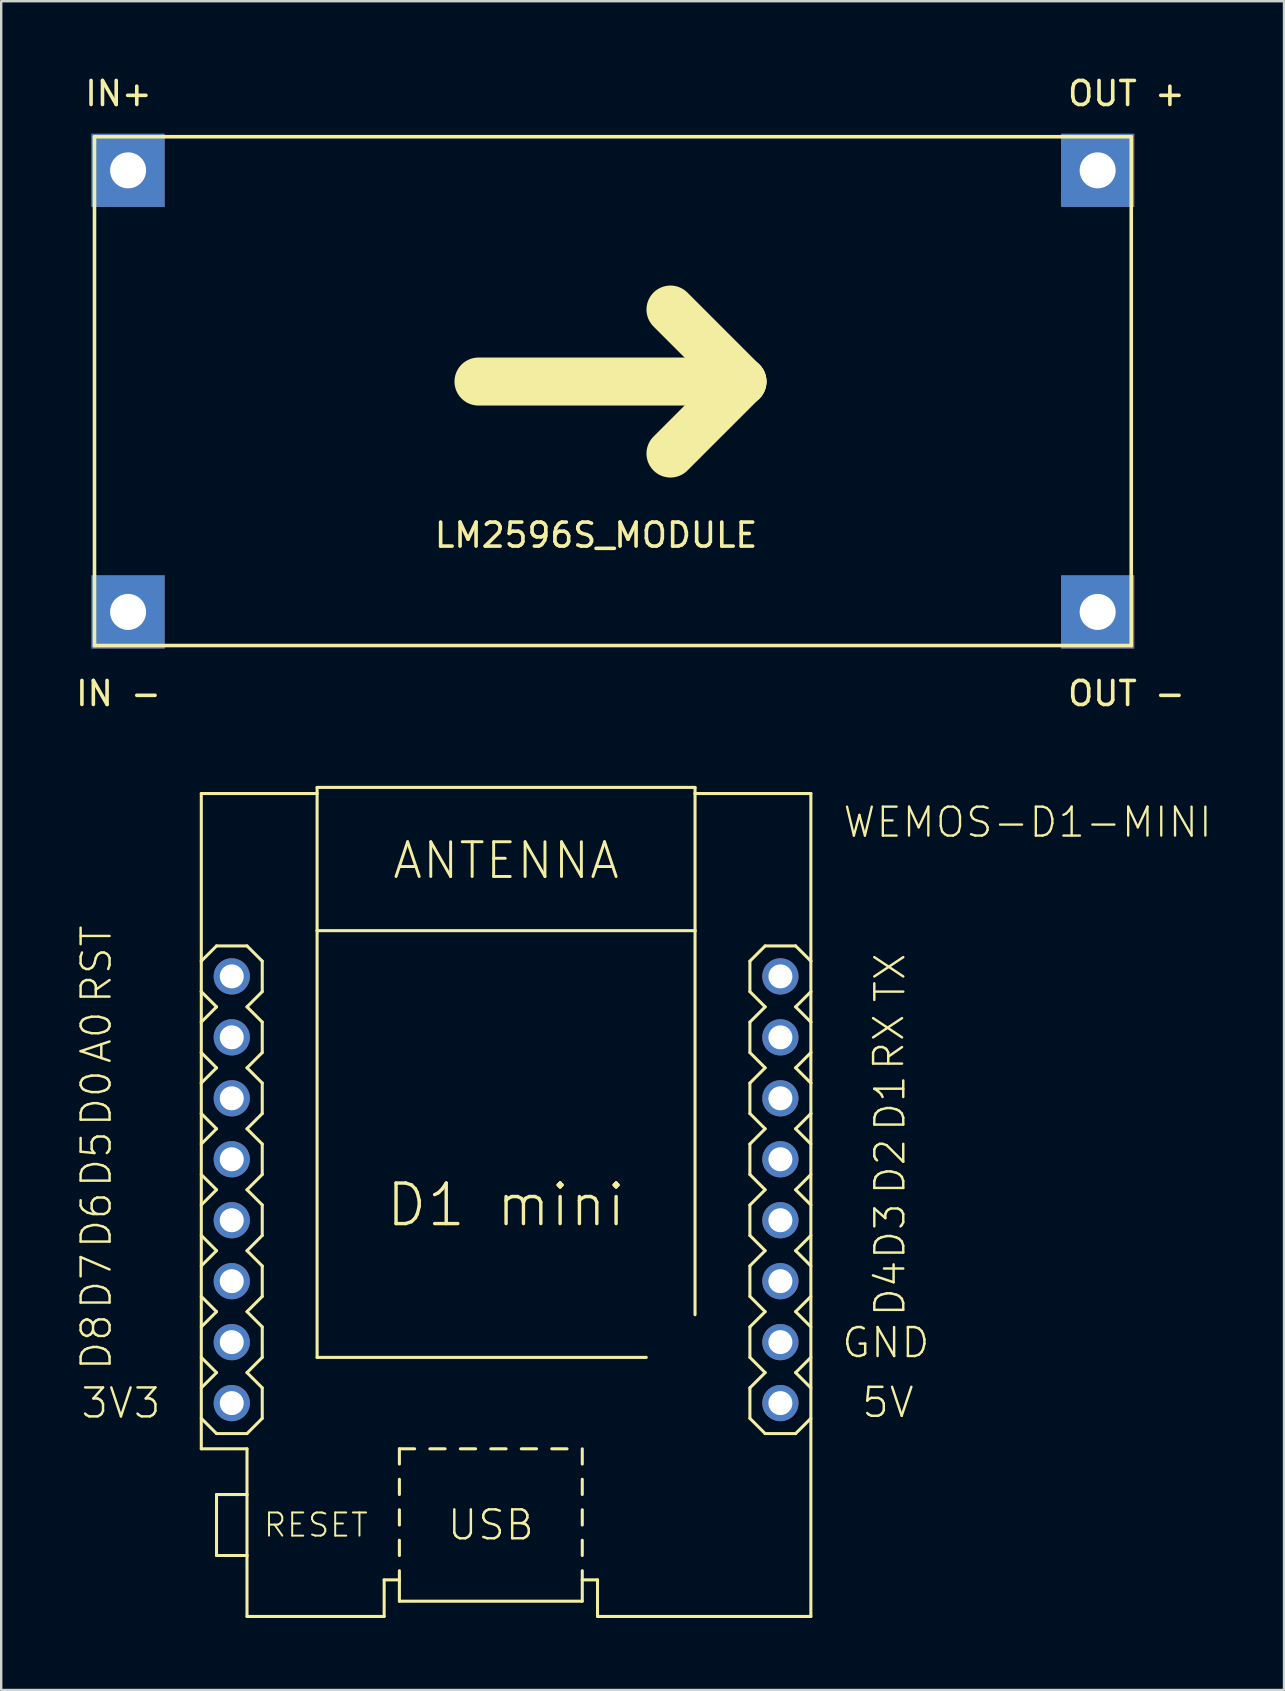
<source format=kicad_pcb>
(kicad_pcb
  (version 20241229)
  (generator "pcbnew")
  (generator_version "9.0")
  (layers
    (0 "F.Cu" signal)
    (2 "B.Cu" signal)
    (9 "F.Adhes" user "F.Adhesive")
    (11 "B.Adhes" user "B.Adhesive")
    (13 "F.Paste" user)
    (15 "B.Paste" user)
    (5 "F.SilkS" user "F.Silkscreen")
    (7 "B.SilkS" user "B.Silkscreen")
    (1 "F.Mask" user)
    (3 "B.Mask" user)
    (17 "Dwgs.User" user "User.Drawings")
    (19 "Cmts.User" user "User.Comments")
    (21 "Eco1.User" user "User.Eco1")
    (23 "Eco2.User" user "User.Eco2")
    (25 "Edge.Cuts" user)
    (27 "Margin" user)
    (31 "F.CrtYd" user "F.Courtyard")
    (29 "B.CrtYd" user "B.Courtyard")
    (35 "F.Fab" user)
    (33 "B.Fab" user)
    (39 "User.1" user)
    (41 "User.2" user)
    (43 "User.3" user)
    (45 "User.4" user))
  (footprint "LM2596S_MODULE"
    (layer "F.Cu")
    (at 0.887 23.848)
    (property "Reference" "LM2596S_MODULE" (at 20.9 -4.6 0) (layer "F.SilkS") (effects (font (size 1 1) (thickness 0.15))))
    (attr through_hole)
    (fp_line (start 0 -21.2) (end 0 0) (stroke (width 0.15) (type solid)) (layer "F.SilkS"))
    (fp_line (start 0 0) (end 43.2 0) (stroke (width 0.15) (type solid)) (layer "F.SilkS"))
    (fp_line (start 16 -11) (end 27 -11) (stroke (width 2) (type solid)) (layer "F.SilkS"))
    (fp_line (start 27 -11) (end 24 -14) (stroke (width 2) (type solid)) (layer "F.SilkS"))
    (fp_line (start 27 -11) (end 24 -8) (stroke (width 2) (type solid)) (layer "F.SilkS"))
    (fp_line (start 43.2 -21.2) (end 0 -21.2) (stroke (width 0.15) (type solid)) (layer "F.SilkS"))
    (fp_line (start 43.2 0) (end 43.2 -21.2) (stroke (width 0.15) (type solid)) (layer "F.SilkS"))
    (fp_text user "IN+" (at 1 -23 0) (layer "F.SilkS") (effects (font (size 1 1) (thickness 0.15))))
    (fp_text user "IN -" (at 1 2 0) (layer "F.SilkS") (effects (font (size 1 1) (thickness 0.15))))
    (fp_text user "OUT +" (at 43 -23 0) (layer "F.SilkS") (effects (font (size 1 1) (thickness 0.15))))
    (fp_text user "OUT -" (at 43 2 0) (layer "F.SilkS") (effects (font (size 1 1) (thickness 0.15))))
    (pad "1" thru_hole rect (at 1.4 -1.4) (size 3.048 3.048) (drill 1.5) (layers "*.Cu" "*.Mask"))
    (pad "2" thru_hole rect (at 1.4 -19.8) (size 3.048 3.048) (drill 1.5) (layers "*.Cu" "*.Mask"))
    (pad "3" thru_hole rect (at 41.8 -19.8) (size 3.048 3.048) (drill 1.5) (layers "*.Cu" "*.Mask"))
    (pad "4" thru_hole rect (at 41.8 -1.4) (size 3.048 3.048) (drill 1.5) (layers "*.Cu" "*.Mask")))
  (footprint "WEMOS-D1-MINI"
    (layer "F.Cu")
    (at 18.037 47.159)
    (property "Reference" "WEMOS-D1-MINI" (at 13.97 -15.24 180) (layer "F.SilkS") (effects (font (size 1.206 1.206) (thickness 0.097)) (justify left bottom)))
    (attr through_hole)
    (fp_line (start -12.7 -17.145) (end -7.874 -17.145) (stroke (width 0.127) (type solid)) (layer "F.SilkS"))
    (fp_line (start -12.7 -10.16) (end -12.7 -17.145) (stroke (width 0.127) (type solid)) (layer "F.SilkS"))
    (fp_line (start -12.7 -10.16) (end -12.065 -10.795) (stroke (width 0.127) (type solid)) (layer "F.SilkS"))
    (fp_line (start -12.7 -8.89) (end -12.7 -10.16) (stroke (width 0.127) (type solid)) (layer "F.SilkS"))
    (fp_line (start -12.7 -7.62) (end -12.7 -8.89) (stroke (width 0.127) (type solid)) (layer "F.SilkS"))
    (fp_line (start -12.7 -7.62) (end -12.065 -8.255) (stroke (width 0.127) (type solid)) (layer "F.SilkS"))
    (fp_line (start -12.7 -6.35) (end -12.7 -7.62) (stroke (width 0.127) (type solid)) (layer "F.SilkS"))
    (fp_line (start -12.7 -5.08) (end -12.7 -6.35) (stroke (width 0.127) (type solid)) (layer "F.SilkS"))
    (fp_line (start -12.7 -5.08) (end -12.065 -5.715) (stroke (width 0.127) (type solid)) (layer "F.SilkS"))
    (fp_line (start -12.7 -3.81) (end -12.7 -5.08) (stroke (width 0.127) (type solid)) (layer "F.SilkS"))
    (fp_line (start -12.7 -3.81) (end -12.7 10.16) (stroke (width 0.127) (type solid)) (layer "F.SilkS"))
    (fp_line (start -12.7 -2.54) (end -12.065 -3.175) (stroke (width 0.127) (type solid)) (layer "F.SilkS"))
    (fp_line (start -12.7 -1.27) (end -12.065 -0.635) (stroke (width 0.127) (type solid)) (layer "F.SilkS"))
    (fp_line (start -12.7 1.27) (end -12.065 1.905) (stroke (width 0.127) (type solid)) (layer "F.SilkS"))
    (fp_line (start -12.7 3.81) (end -12.065 4.445) (stroke (width 0.127) (type solid)) (layer "F.SilkS"))
    (fp_line (start -12.7 6.35) (end -12.065 6.985) (stroke (width 0.127) (type solid)) (layer "F.SilkS"))
    (fp_line (start -12.7 8.89) (end -12.065 9.525) (stroke (width 0.127) (type solid)) (layer "F.SilkS"))
    (fp_line (start -12.7 10.16) (end -10.795 10.16) (stroke (width 0.127) (type solid)) (layer "F.SilkS"))
    (fp_line (start -12.065 -10.795) (end -10.795 -10.795) (stroke (width 0.127) (type solid)) (layer "F.SilkS"))
    (fp_line (start -12.065 -8.255) (end -12.7 -8.89) (stroke (width 0.127) (type solid)) (layer "F.SilkS"))
    (fp_line (start -12.065 -5.715) (end -12.7 -6.35) (stroke (width 0.127) (type solid)) (layer "F.SilkS"))
    (fp_line (start -12.065 -3.175) (end -12.7 -3.81) (stroke (width 0.127) (type solid)) (layer "F.SilkS"))
    (fp_line (start -12.065 -0.635) (end -12.7 0) (stroke (width 0.127) (type solid)) (layer "F.SilkS"))
    (fp_line (start -12.065 1.905) (end -12.7 2.54) (stroke (width 0.127) (type solid)) (layer "F.SilkS"))
    (fp_line (start -12.065 4.445) (end -12.7 5.08) (stroke (width 0.127) (type solid)) (layer "F.SilkS"))
    (fp_line (start -12.065 6.985) (end -12.7 7.62) (stroke (width 0.127) (type solid)) (layer "F.SilkS"))
    (fp_line (start -12.065 9.525) (end -10.795 9.525) (stroke (width 0.127) (type solid)) (layer "F.SilkS"))
    (fp_line (start -12.065 12.065) (end -12.065 14.605) (stroke (width 0.127) (type solid)) (layer "F.SilkS"))
    (fp_line (start -12.065 14.605) (end -10.795 14.605) (stroke (width 0.127) (type solid)) (layer "F.SilkS"))
    (fp_line (start -10.795 -10.795) (end -10.16 -10.16) (stroke (width 0.127) (type solid)) (layer "F.SilkS"))
    (fp_line (start -10.795 -8.255) (end -10.16 -7.62) (stroke (width 0.127) (type solid)) (layer "F.SilkS"))
    (fp_line (start -10.795 -5.715) (end -10.16 -5.08) (stroke (width 0.127) (type solid)) (layer "F.SilkS"))
    (fp_line (start -10.795 -3.175) (end -10.16 -2.54) (stroke (width 0.127) (type solid)) (layer "F.SilkS"))
    (fp_line (start -10.795 -0.635) (end -10.16 0) (stroke (width 0.127) (type solid)) (layer "F.SilkS"))
    (fp_line (start -10.795 1.905) (end -10.16 2.54) (stroke (width 0.127) (type solid)) (layer "F.SilkS"))
    (fp_line (start -10.795 4.445) (end -10.16 5.08) (stroke (width 0.127) (type solid)) (layer "F.SilkS"))
    (fp_line (start -10.795 9.525) (end -10.16 8.89) (stroke (width 0.127) (type solid)) (layer "F.SilkS"))
    (fp_line (start -10.795 10.16) (end -10.795 12.065) (stroke (width 0.127) (type solid)) (layer "F.SilkS"))
    (fp_line (start -10.795 12.065) (end -12.065 12.065) (stroke (width 0.127) (type solid)) (layer "F.SilkS"))
    (fp_line (start -10.795 12.065) (end -10.795 14.605) (stroke (width 0.127) (type solid)) (layer "F.SilkS"))
    (fp_line (start -10.795 14.605) (end -10.795 17.145) (stroke (width 0.127) (type solid)) (layer "F.SilkS"))
    (fp_line (start -10.795 17.145) (end -5.08 17.145) (stroke (width 0.127) (type solid)) (layer "F.SilkS"))
    (fp_line (start -10.16 -10.16) (end -10.16 -8.89) (stroke (width 0.127) (type solid)) (layer "F.SilkS"))
    (fp_line (start -10.16 -8.89) (end -10.795 -8.255) (stroke (width 0.127) (type solid)) (layer "F.SilkS"))
    (fp_line (start -10.16 -7.62) (end -10.16 -6.35) (stroke (width 0.127) (type solid)) (layer "F.SilkS"))
    (fp_line (start -10.16 -6.35) (end -10.795 -5.715) (stroke (width 0.127) (type solid)) (layer "F.SilkS"))
    (fp_line (start -10.16 -5.08) (end -10.16 -3.81) (stroke (width 0.127) (type solid)) (layer "F.SilkS"))
    (fp_line (start -10.16 -3.81) (end -10.795 -3.175) (stroke (width 0.127) (type solid)) (layer "F.SilkS"))
    (fp_line (start -10.16 -2.54) (end -10.16 -1.27) (stroke (width 0.127) (type solid)) (layer "F.SilkS"))
    (fp_line (start -10.16 -1.27) (end -10.795 -0.635) (stroke (width 0.127) (type solid)) (layer "F.SilkS"))
    (fp_line (start -10.16 0) (end -10.16 1.27) (stroke (width 0.127) (type solid)) (layer "F.SilkS"))
    (fp_line (start -10.16 1.27) (end -10.795 1.905) (stroke (width 0.127) (type solid)) (layer "F.SilkS"))
    (fp_line (start -10.16 2.54) (end -10.16 3.81) (stroke (width 0.127) (type solid)) (layer "F.SilkS"))
    (fp_line (start -10.16 3.81) (end -10.795 4.445) (stroke (width 0.127) (type solid)) (layer "F.SilkS"))
    (fp_line (start -10.16 5.08) (end -10.16 6.35) (stroke (width 0.127) (type solid)) (layer "F.SilkS"))
    (fp_line (start -10.16 6.35) (end -10.795 6.985) (stroke (width 0.127) (type solid)) (layer "F.SilkS"))
    (fp_line (start -10.16 7.62) (end -10.795 6.985) (stroke (width 0.127) (type solid)) (layer "F.SilkS"))
    (fp_line (start -10.16 8.89) (end -10.16 7.62) (stroke (width 0.127) (type solid)) (layer "F.SilkS"))
    (fp_line (start -7.874 -17.399) (end -7.874 -17.145) (stroke (width 0.127) (type solid)) (layer "F.SilkS"))
    (fp_line (start -7.874 -17.399) (end 7.874 -17.399) (stroke (width 0.127) (type solid)) (layer "F.SilkS"))
    (fp_line (start -7.874 -17.145) (end -7.874 -11.43) (stroke (width 0.127) (type solid)) (layer "F.SilkS"))
    (fp_line (start -7.874 -11.43) (end -7.874 6.35) (stroke (width 0.127) (type solid)) (layer "F.SilkS"))
    (fp_line (start -7.874 -11.43) (end 7.874 -11.43) (stroke (width 0.127) (type solid)) (layer "F.SilkS"))
    (fp_line (start -7.874 6.35) (end 5.842 6.35) (stroke (width 0.127) (type solid)) (layer "F.SilkS"))
    (fp_line (start -5.08 15.621) (end -4.445 15.621) (stroke (width 0.127) (type solid)) (layer "F.SilkS"))
    (fp_line (start -5.08 17.145) (end -5.08 15.621) (stroke (width 0.127) (type solid)) (layer "F.SilkS"))
    (fp_line (start -4.445 10.16) (end -4.445 10.795) (stroke (width 0.127) (type solid)) (layer "F.SilkS"))
    (fp_line (start -4.445 10.16) (end -3.81 10.16) (stroke (width 0.127) (type solid)) (layer "F.SilkS"))
    (fp_line (start -4.445 11.43) (end -4.445 12.065) (stroke (width 0.127) (type solid)) (layer "F.SilkS"))
    (fp_line (start -4.445 12.7) (end -4.445 13.335) (stroke (width 0.127) (type solid)) (layer "F.SilkS"))
    (fp_line (start -4.445 13.97) (end -4.445 14.605) (stroke (width 0.127) (type solid)) (layer "F.SilkS"))
    (fp_line (start -4.445 15.24) (end -4.445 15.621) (stroke (width 0.127) (type solid)) (layer "F.SilkS"))
    (fp_line (start -4.445 15.621) (end -4.445 16.51) (stroke (width 0.127) (type solid)) (layer "F.SilkS"))
    (fp_line (start -4.445 16.51) (end 3.175 16.51) (stroke (width 0.127) (type solid)) (layer "F.SilkS"))
    (fp_line (start -3.175 10.16) (end -2.54 10.16) (stroke (width 0.127) (type solid)) (layer "F.SilkS"))
    (fp_line (start -1.905 10.16) (end -1.27 10.16) (stroke (width 0.127) (type solid)) (layer "F.SilkS"))
    (fp_line (start -0.635 10.16) (end 0 10.16) (stroke (width 0.127) (type solid)) (layer "F.SilkS"))
    (fp_line (start 0.635 10.16) (end 1.27 10.16) (stroke (width 0.127) (type solid)) (layer "F.SilkS"))
    (fp_line (start 1.905 10.16) (end 2.54 10.16) (stroke (width 0.127) (type solid)) (layer "F.SilkS"))
    (fp_line (start 3.175 10.16) (end 3.175 10.795) (stroke (width 0.127) (type solid)) (layer "F.SilkS"))
    (fp_line (start 3.175 11.43) (end 3.175 12.065) (stroke (width 0.127) (type solid)) (layer "F.SilkS"))
    (fp_line (start 3.175 12.7) (end 3.175 13.335) (stroke (width 0.127) (type solid)) (layer "F.SilkS"))
    (fp_line (start 3.175 13.97) (end 3.175 14.605) (stroke (width 0.127) (type solid)) (layer "F.SilkS"))
    (fp_line (start 3.175 15.24) (end 3.175 15.621) (stroke (width 0.127) (type solid)) (layer "F.SilkS"))
    (fp_line (start 3.175 16.51) (end 3.175 15.621) (stroke (width 0.127) (type solid)) (layer "F.SilkS"))
    (fp_line (start 3.81 15.621) (end 3.175 15.621) (stroke (width 0.127) (type solid)) (layer "F.SilkS"))
    (fp_line (start 3.81 15.621) (end 3.81 17.145) (stroke (width 0.127) (type solid)) (layer "F.SilkS"))
    (fp_line (start 3.81 17.145) (end 12.7 17.145) (stroke (width 0.127) (type solid)) (layer "F.SilkS"))
    (fp_line (start 7.874 -17.399) (end 7.874 -17.145) (stroke (width 0.127) (type solid)) (layer "F.SilkS"))
    (fp_line (start 7.874 -17.145) (end 12.7 -17.145) (stroke (width 0.127) (type solid)) (layer "F.SilkS"))
    (fp_line (start 7.874 -11.43) (end 7.874 -17.145) (stroke (width 0.127) (type solid)) (layer "F.SilkS"))
    (fp_line (start 7.874 -11.43) (end 7.874 4.572) (stroke (width 0.127) (type solid)) (layer "F.SilkS"))
    (fp_line (start 10.16 -10.16) (end 10.795 -10.795) (stroke (width 0.127) (type solid)) (layer "F.SilkS"))
    (fp_line (start 10.16 -8.89) (end 10.16 -10.16) (stroke (width 0.127) (type solid)) (layer "F.SilkS"))
    (fp_line (start 10.16 -7.62) (end 10.795 -8.255) (stroke (width 0.127) (type solid)) (layer "F.SilkS"))
    (fp_line (start 10.16 -6.35) (end 10.16 -7.62) (stroke (width 0.127) (type solid)) (layer "F.SilkS"))
    (fp_line (start 10.16 -5.08) (end 10.795 -5.715) (stroke (width 0.127) (type solid)) (layer "F.SilkS"))
    (fp_line (start 10.16 -3.81) (end 10.16 -5.08) (stroke (width 0.127) (type solid)) (layer "F.SilkS"))
    (fp_line (start 10.16 -2.54) (end 10.16 -1.27) (stroke (width 0.127) (type solid)) (layer "F.SilkS"))
    (fp_line (start 10.16 -2.54) (end 10.795 -3.175) (stroke (width 0.127) (type solid)) (layer "F.SilkS"))
    (fp_line (start 10.16 -1.27) (end 10.795 -0.635) (stroke (width 0.127) (type solid)) (layer "F.SilkS"))
    (fp_line (start 10.16 0) (end 10.16 1.27) (stroke (width 0.127) (type solid)) (layer "F.SilkS"))
    (fp_line (start 10.16 1.27) (end 10.795 1.905) (stroke (width 0.127) (type solid)) (layer "F.SilkS"))
    (fp_line (start 10.16 3.81) (end 10.16 2.54) (stroke (width 0.127) (type solid)) (layer "F.SilkS"))
    (fp_line (start 10.16 3.81) (end 10.795 4.445) (stroke (width 0.127) (type solid)) (layer "F.SilkS"))
    (fp_line (start 10.16 6.35) (end 10.16 5.08) (stroke (width 0.127) (type solid)) (layer "F.SilkS"))
    (fp_line (start 10.16 6.35) (end 10.795 6.985) (stroke (width 0.127) (type solid)) (layer "F.SilkS"))
    (fp_line (start 10.16 7.62) (end 10.16 8.89) (stroke (width 0.127) (type solid)) (layer "F.SilkS"))
    (fp_line (start 10.16 8.89) (end 10.795 9.525) (stroke (width 0.127) (type solid)) (layer "F.SilkS"))
    (fp_line (start 10.795 -10.795) (end 12.065 -10.795) (stroke (width 0.127) (type solid)) (layer "F.SilkS"))
    (fp_line (start 10.795 -8.255) (end 10.16 -8.89) (stroke (width 0.127) (type solid)) (layer "F.SilkS"))
    (fp_line (start 10.795 -5.715) (end 10.16 -6.35) (stroke (width 0.127) (type solid)) (layer "F.SilkS"))
    (fp_line (start 10.795 -3.175) (end 10.16 -3.81) (stroke (width 0.127) (type solid)) (layer "F.SilkS"))
    (fp_line (start 10.795 -0.635) (end 10.16 0) (stroke (width 0.127) (type solid)) (layer "F.SilkS"))
    (fp_line (start 10.795 1.905) (end 10.16 2.54) (stroke (width 0.127) (type solid)) (layer "F.SilkS"))
    (fp_line (start 10.795 4.445) (end 10.16 5.08) (stroke (width 0.127) (type solid)) (layer "F.SilkS"))
    (fp_line (start 10.795 6.985) (end 10.16 7.62) (stroke (width 0.127) (type solid)) (layer "F.SilkS"))
    (fp_line (start 10.795 9.525) (end 12.065 9.525) (stroke (width 0.127) (type solid)) (layer "F.SilkS"))
    (fp_line (start 12.065 -10.795) (end 12.7 -10.16) (stroke (width 0.127) (type solid)) (layer "F.SilkS"))
    (fp_line (start 12.065 -8.255) (end 12.7 -7.62) (stroke (width 0.127) (type solid)) (layer "F.SilkS"))
    (fp_line (start 12.065 -5.715) (end 12.7 -5.08) (stroke (width 0.127) (type solid)) (layer "F.SilkS"))
    (fp_line (start 12.065 -3.175) (end 12.7 -2.54) (stroke (width 0.127) (type solid)) (layer "F.SilkS"))
    (fp_line (start 12.065 -0.635) (end 12.7 0) (stroke (width 0.127) (type solid)) (layer "F.SilkS"))
    (fp_line (start 12.065 1.905) (end 12.7 2.54) (stroke (width 0.127) (type solid)) (layer "F.SilkS"))
    (fp_line (start 12.065 4.445) (end 12.7 5.08) (stroke (width 0.127) (type solid)) (layer "F.SilkS"))
    (fp_line (start 12.065 9.525) (end 12.7 8.89) (stroke (width 0.127) (type solid)) (layer "F.SilkS"))
    (fp_line (start 12.7 -17.145) (end 12.7 -10.16) (stroke (width 0.127) (type solid)) (layer "F.SilkS"))
    (fp_line (start 12.7 -10.16) (end 12.7 -8.89) (stroke (width 0.127) (type solid)) (layer "F.SilkS"))
    (fp_line (start 12.7 -8.89) (end 12.065 -8.255) (stroke (width 0.127) (type solid)) (layer "F.SilkS"))
    (fp_line (start 12.7 -8.89) (end 12.7 -7.62) (stroke (width 0.127) (type solid)) (layer "F.SilkS"))
    (fp_line (start 12.7 -7.62) (end 12.7 -6.35) (stroke (width 0.127) (type solid)) (layer "F.SilkS"))
    (fp_line (start 12.7 -6.35) (end 12.065 -5.715) (stroke (width 0.127) (type solid)) (layer "F.SilkS"))
    (fp_line (start 12.7 -6.35) (end 12.7 -5.08) (stroke (width 0.127) (type solid)) (layer "F.SilkS"))
    (fp_line (start 12.7 -5.08) (end 12.7 -3.81) (stroke (width 0.127) (type solid)) (layer "F.SilkS"))
    (fp_line (start 12.7 -3.81) (end 12.065 -3.175) (stroke (width 0.127) (type solid)) (layer "F.SilkS"))
    (fp_line (start 12.7 -3.81) (end 12.7 17.145) (stroke (width 0.127) (type solid)) (layer "F.SilkS"))
    (fp_line (start 12.7 -1.27) (end 12.065 -0.635) (stroke (width 0.127) (type solid)) (layer "F.SilkS"))
    (fp_line (start 12.7 1.27) (end 12.065 1.905) (stroke (width 0.127) (type solid)) (layer "F.SilkS"))
    (fp_line (start 12.7 3.81) (end 12.065 4.445) (stroke (width 0.127) (type solid)) (layer "F.SilkS"))
    (fp_line (start 12.7 6.35) (end 12.065 6.985) (stroke (width 0.127) (type solid)) (layer "F.SilkS"))
    (fp_line (start 12.7 7.62) (end 12.065 6.985) (stroke (width 0.127) (type solid)) (layer "F.SilkS"))
    (fp_text user "D3" (at 15.291 -0.152 90) (layer "F.SilkS") (effects (font (size 1.206 1.206) (thickness 0.102)) (justify right top)))
    (fp_text user "3V3" (at -17.78 8.255 0) (layer "F.SilkS") (effects (font (size 1.206 1.206) (thickness 0.102)) (justify left)))
    (fp_text user "5V" (at 17.069 8.23 0) (layer "F.SilkS") (effects (font (size 1.206 1.206) (thickness 0.102)) (justify right)))
    (fp_text user "D0" (at -17.78 -4.445 90) (layer "F.SilkS") (effects (font (size 1.206 1.206) (thickness 0.102)) (justify top)))
    (fp_text user "D4" (at 15.291 2.235 90) (layer "F.SilkS") (effects (font (size 1.206 1.206) (thickness 0.102)) (justify right top)))
    (fp_text user "ANTENNA" (at 0 -14.351 0) (layer "F.SilkS") (effects (font (size 1.448 1.448) (thickness 0.122))))
    (fp_text user "D5" (at -17.78 -1.905 90) (layer "F.SilkS") (effects (font (size 1.206 1.206) (thickness 0.102)) (justify top)))
    (fp_text user "D6" (at -17.78 0.635 90) (layer "F.SilkS") (effects (font (size 1.206 1.206) (thickness 0.102)) (justify top)))
    (fp_text user "RX" (at 15.24 -8.026 90) (layer "F.SilkS") (effects (font (size 1.206 1.206) (thickness 0.102)) (justify right top)))
    (fp_text user "GND" (at 17.729 5.74 0) (layer "F.SilkS") (effects (font (size 1.206 1.206) (thickness 0.102)) (justify right)))
    (fp_text user "D7" (at -17.78 3.175 90) (layer "F.SilkS") (effects (font (size 1.206 1.206) (thickness 0.102)) (justify top)))
    (fp_text user "D8" (at -17.78 5.715 90) (layer "F.SilkS") (effects (font (size 1.206 1.206) (thickness 0.102)) (justify top)))
    (fp_text user "A0" (at -17.78 -6.985 90) (layer "F.SilkS") (effects (font (size 1.206 1.206) (thickness 0.102)) (justify top)))
    (fp_text user "D1 mini" (at 0 0 0) (layer "F.SilkS") (effects (font (size 1.689 1.689) (thickness 0.142))))
    (fp_text user "USB" (at -0.635 13.335 0) (layer "F.SilkS") (effects (font (size 1.206 1.206) (thickness 0.102))))
    (fp_text user "RESET" (at -10.16 13.335 0) (layer "F.SilkS") (effects (font (size 0.965 0.965) (thickness 0.081)) (justify left)))
    (fp_text user "TX" (at 15.291 -10.566 90) (layer "F.SilkS") (effects (font (size 1.206 1.206) (thickness 0.102)) (justify right top)))
    (fp_text user "D1" (at 15.291 -5.486 90) (layer "F.SilkS") (effects (font (size 1.206 1.206) (thickness 0.102)) (justify right top)))
    (fp_text user "D2" (at 15.291 -2.845 90) (layer "F.SilkS") (effects (font (size 1.206 1.206) (thickness 0.102)) (justify right top)))
    (fp_text user "RST" (at -17.78 -10.033 90) (layer "F.SilkS") (effects (font (size 1.206 1.206) (thickness 0.102)) (justify top)))
    (pad "JP1.1" thru_hole circle (at -11.43 -9.525) (size 1.508 1.508) (drill 1) (layers "*.Cu" "*.Mask"))
    (pad "JP1.2" thru_hole circle (at -11.43 -6.985) (size 1.508 1.508) (drill 1) (layers "*.Cu" "*.Mask"))
    (pad "JP1.3" thru_hole circle (at -11.43 -4.445) (size 1.508 1.508) (drill 1) (layers "*.Cu" "*.Mask"))
    (pad "JP1.4" thru_hole circle (at -11.43 -1.905) (size 1.508 1.508) (drill 1) (layers "*.Cu" "*.Mask"))
    (pad "JP1.5" thru_hole circle (at -11.43 0.635) (size 1.508 1.508) (drill 1) (layers "*.Cu" "*.Mask"))
    (pad "JP1.6" thru_hole circle (at -11.43 3.175) (size 1.508 1.508) (drill 1) (layers "*.Cu" "*.Mask"))
    (pad "JP1.7" thru_hole circle (at -11.43 5.715) (size 1.508 1.508) (drill 1) (layers "*.Cu" "*.Mask"))
    (pad "JP1.8" thru_hole circle (at -11.43 8.255) (size 1.508 1.508) (drill 1) (layers "*.Cu" "*.Mask"))
    (pad "JP2.1" thru_hole circle (at 11.43 -9.525) (size 1.508 1.508) (drill 1) (layers "*.Cu" "*.Mask"))
    (pad "JP2.2" thru_hole circle (at 11.43 -6.985) (size 1.508 1.508) (drill 1) (layers "*.Cu" "*.Mask"))
    (pad "JP2.3" thru_hole circle (at 11.43 -4.445) (size 1.508 1.508) (drill 1) (layers "*.Cu" "*.Mask"))
    (pad "JP2.4" thru_hole circle (at 11.43 -1.905) (size 1.508 1.508) (drill 1) (layers "*.Cu" "*.Mask"))
    (pad "JP2.5" thru_hole circle (at 11.43 0.635) (size 1.508 1.508) (drill 1) (layers "*.Cu" "*.Mask"))
    (pad "JP2.6" thru_hole circle (at 11.43 3.175) (size 1.508 1.508) (drill 1) (layers "*.Cu" "*.Mask"))
    (pad "JP2.7" thru_hole circle (at 11.43 5.715) (size 1.508 1.508) (drill 1) (layers "*.Cu" "*.Mask"))
    (pad "JP2.8" thru_hole circle (at 11.43 8.255) (size 1.508 1.508) (drill 1) (layers "*.Cu" "*.Mask")))
  (gr_rect
    (start -3 -3)
    (end 50.452 67.368)
    (stroke (width 0.1) (type default))
    (fill no)
    (layer "Edge.Cuts")))
</source>
